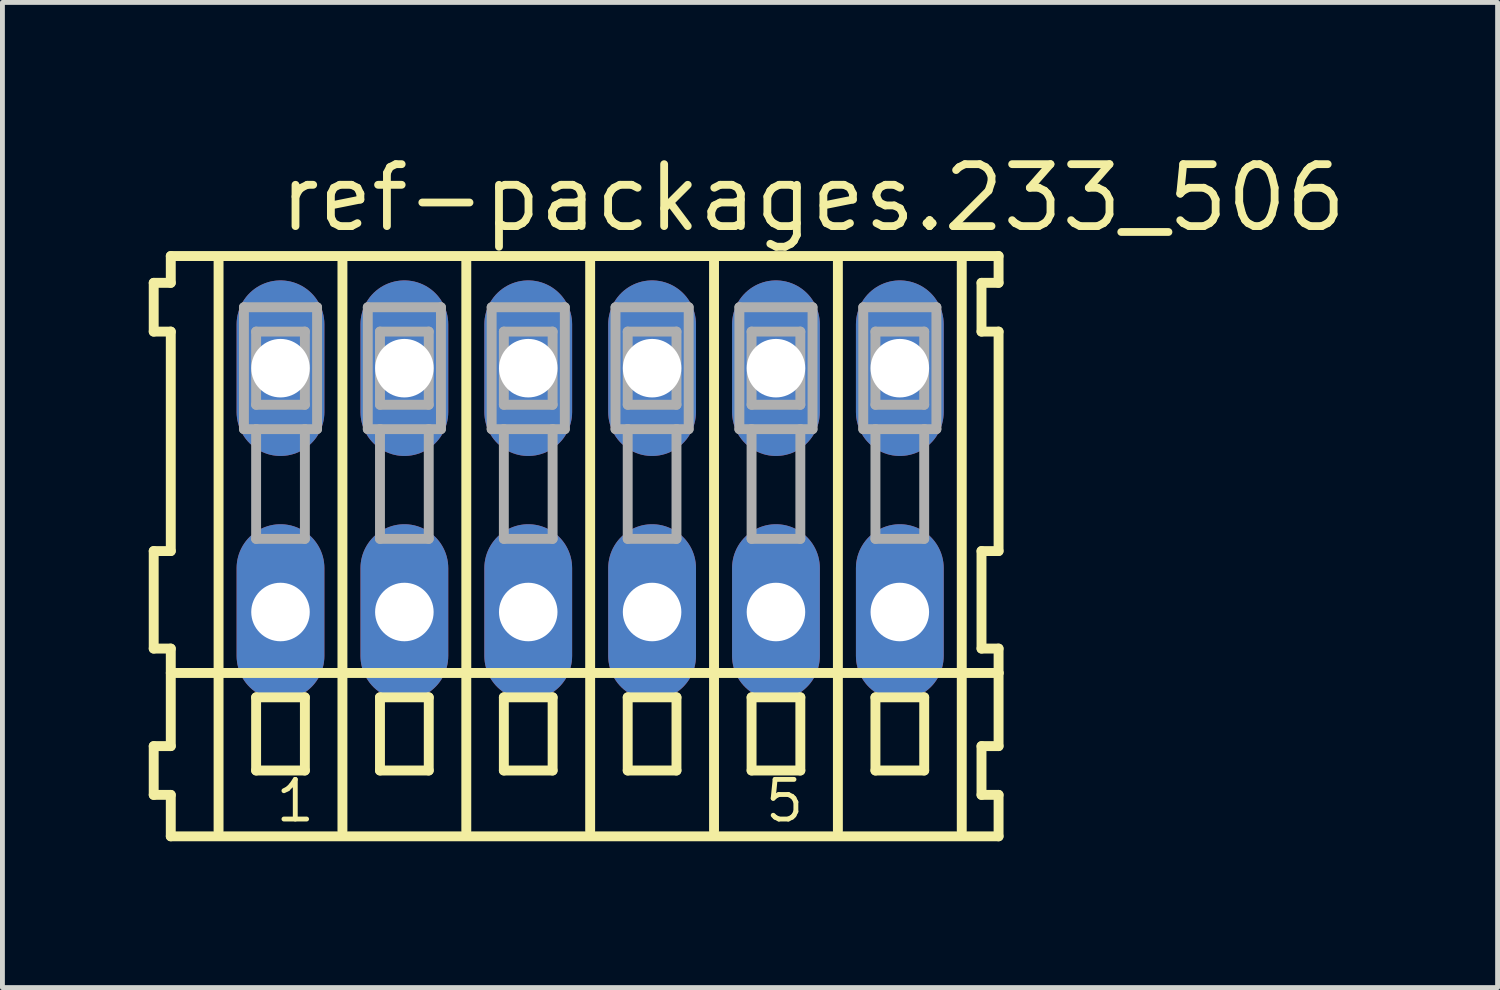
<source format=kicad_pcb>
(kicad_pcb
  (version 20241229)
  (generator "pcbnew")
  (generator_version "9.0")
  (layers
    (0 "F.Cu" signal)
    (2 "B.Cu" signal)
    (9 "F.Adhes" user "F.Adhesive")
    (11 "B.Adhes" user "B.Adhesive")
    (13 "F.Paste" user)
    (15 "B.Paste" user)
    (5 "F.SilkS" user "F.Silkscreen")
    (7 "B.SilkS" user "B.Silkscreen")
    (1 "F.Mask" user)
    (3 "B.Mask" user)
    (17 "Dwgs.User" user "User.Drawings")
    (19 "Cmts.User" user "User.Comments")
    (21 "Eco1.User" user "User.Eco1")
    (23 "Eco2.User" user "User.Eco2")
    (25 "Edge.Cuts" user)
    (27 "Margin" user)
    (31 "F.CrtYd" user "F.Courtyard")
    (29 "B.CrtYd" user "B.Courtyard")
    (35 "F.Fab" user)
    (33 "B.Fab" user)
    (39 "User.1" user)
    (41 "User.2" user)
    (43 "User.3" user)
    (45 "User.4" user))
  (footprint "ref-packages.233_506"
    (layer "F.Cu")
    (at 9.052 7)
    (property "Reference" "ref-packages.233_506" (at -6.45 -5.25 0) (layer "F.SilkS") (effects (font (size 1.27 1.27) (thickness 0.16)) (justify left bottom)))
    (attr through_hole)
    (fp_line (start -8.95 -4.25) (end -8.95 -3.25) (stroke (width 0.203) (type default)) (layer "F.SilkS"))
    (fp_line (start -8.95 -3.25) (end -8.6 -3.25) (stroke (width 0.203) (type default)) (layer "F.SilkS"))
    (fp_line (start -8.95 1.25) (end -8.95 3.25) (stroke (width 0.203) (type default)) (layer "F.SilkS"))
    (fp_line (start -8.95 3.25) (end -8.6 3.25) (stroke (width 0.203) (type default)) (layer "F.SilkS"))
    (fp_line (start -8.95 5.25) (end -8.95 6.25) (stroke (width 0.203) (type default)) (layer "F.SilkS"))
    (fp_line (start -8.95 6.25) (end -8.6 6.25) (stroke (width 0.203) (type default)) (layer "F.SilkS"))
    (fp_line (start -8.6 -4.8) (end -8.6 -4.25) (stroke (width 0.203) (type default)) (layer "F.SilkS"))
    (fp_line (start -8.6 -4.25) (end -8.95 -4.25) (stroke (width 0.203) (type default)) (layer "F.SilkS"))
    (fp_line (start -8.6 -3.25) (end -8.6 1.25) (stroke (width 0.203) (type default)) (layer "F.SilkS"))
    (fp_line (start -8.6 1.25) (end -8.95 1.25) (stroke (width 0.203) (type default)) (layer "F.SilkS"))
    (fp_line (start -8.6 3.25) (end -8.6 5.25) (stroke (width 0.203) (type default)) (layer "F.SilkS"))
    (fp_line (start -8.6 3.75) (end 8.375 3.75) (stroke (width 0.203) (type default)) (layer "F.SilkS"))
    (fp_line (start -8.6 5.25) (end -8.95 5.25) (stroke (width 0.203) (type default)) (layer "F.SilkS"))
    (fp_line (start -8.6 6.25) (end -8.6 7.1) (stroke (width 0.203) (type default)) (layer "F.SilkS"))
    (fp_line (start -8.6 7.1) (end 8.375 7.1) (stroke (width 0.203) (type default)) (layer "F.SilkS"))
    (fp_line (start -7.62 6.985) (end -7.62 -4.699) (stroke (width 0.203) (type default)) (layer "F.SilkS"))
    (fp_line (start -6.85 4.25) (end -6.85 5.75) (stroke (width 0.203) (type default)) (layer "F.SilkS"))
    (fp_line (start -6.85 5.75) (end -5.85 5.75) (stroke (width 0.203) (type default)) (layer "F.SilkS"))
    (fp_line (start -5.85 4.25) (end -6.85 4.25) (stroke (width 0.203) (type default)) (layer "F.SilkS"))
    (fp_line (start -5.85 5.75) (end -5.85 4.25) (stroke (width 0.203) (type default)) (layer "F.SilkS"))
    (fp_line (start -5.08 6.985) (end -5.08 -4.699) (stroke (width 0.203) (type default)) (layer "F.SilkS"))
    (fp_line (start -4.31 4.25) (end -4.31 5.75) (stroke (width 0.203) (type default)) (layer "F.SilkS"))
    (fp_line (start -4.31 5.75) (end -3.31 5.75) (stroke (width 0.203) (type default)) (layer "F.SilkS"))
    (fp_line (start -3.31 4.25) (end -4.31 4.25) (stroke (width 0.203) (type default)) (layer "F.SilkS"))
    (fp_line (start -3.31 5.75) (end -3.31 4.25) (stroke (width 0.203) (type default)) (layer "F.SilkS"))
    (fp_line (start -2.54 6.985) (end -2.54 -4.699) (stroke (width 0.203) (type default)) (layer "F.SilkS"))
    (fp_line (start -1.77 4.25) (end -1.77 5.75) (stroke (width 0.203) (type default)) (layer "F.SilkS"))
    (fp_line (start -1.77 5.75) (end -0.77 5.75) (stroke (width 0.203) (type default)) (layer "F.SilkS"))
    (fp_line (start -0.77 4.25) (end -1.77 4.25) (stroke (width 0.203) (type default)) (layer "F.SilkS"))
    (fp_line (start -0.77 5.75) (end -0.77 4.25) (stroke (width 0.203) (type default)) (layer "F.SilkS"))
    (fp_line (start 0 6.985) (end 0 -4.699) (stroke (width 0.203) (type default)) (layer "F.SilkS"))
    (fp_line (start 0.77 4.25) (end 0.77 5.75) (stroke (width 0.203) (type default)) (layer "F.SilkS"))
    (fp_line (start 0.77 5.75) (end 1.77 5.75) (stroke (width 0.203) (type default)) (layer "F.SilkS"))
    (fp_line (start 1.77 4.25) (end 0.77 4.25) (stroke (width 0.203) (type default)) (layer "F.SilkS"))
    (fp_line (start 1.77 5.75) (end 1.77 4.25) (stroke (width 0.203) (type default)) (layer "F.SilkS"))
    (fp_line (start 2.54 6.985) (end 2.54 -4.699) (stroke (width 0.203) (type default)) (layer "F.SilkS"))
    (fp_line (start 3.31 4.25) (end 3.31 5.75) (stroke (width 0.203) (type default)) (layer "F.SilkS"))
    (fp_line (start 3.31 5.75) (end 4.31 5.75) (stroke (width 0.203) (type default)) (layer "F.SilkS"))
    (fp_line (start 4.31 4.25) (end 3.31 4.25) (stroke (width 0.203) (type default)) (layer "F.SilkS"))
    (fp_line (start 4.31 5.75) (end 4.31 4.25) (stroke (width 0.203) (type default)) (layer "F.SilkS"))
    (fp_line (start 5.08 6.985) (end 5.08 -4.699) (stroke (width 0.203) (type default)) (layer "F.SilkS"))
    (fp_line (start 5.85 4.25) (end 5.85 5.75) (stroke (width 0.203) (type default)) (layer "F.SilkS"))
    (fp_line (start 5.85 5.75) (end 6.85 5.75) (stroke (width 0.203) (type default)) (layer "F.SilkS"))
    (fp_line (start 6.85 4.25) (end 5.85 4.25) (stroke (width 0.203) (type default)) (layer "F.SilkS"))
    (fp_line (start 6.85 5.75) (end 6.85 4.25) (stroke (width 0.203) (type default)) (layer "F.SilkS"))
    (fp_line (start 7.62 6.985) (end 7.62 -4.699) (stroke (width 0.203) (type default)) (layer "F.SilkS"))
    (fp_line (start 8.025 -4.25) (end 8.025 -3.25) (stroke (width 0.203) (type default)) (layer "F.SilkS"))
    (fp_line (start 8.025 -3.25) (end 8.375 -3.25) (stroke (width 0.203) (type default)) (layer "F.SilkS"))
    (fp_line (start 8.025 1.25) (end 8.025 3.25) (stroke (width 0.203) (type default)) (layer "F.SilkS"))
    (fp_line (start 8.025 3.25) (end 8.375 3.25) (stroke (width 0.203) (type default)) (layer "F.SilkS"))
    (fp_line (start 8.025 5.25) (end 8.025 6.25) (stroke (width 0.203) (type default)) (layer "F.SilkS"))
    (fp_line (start 8.025 6.25) (end 8.375 6.25) (stroke (width 0.203) (type default)) (layer "F.SilkS"))
    (fp_line (start 8.375 -4.8) (end -8.6 -4.8) (stroke (width 0.203) (type default)) (layer "F.SilkS"))
    (fp_line (start 8.375 -4.25) (end 8.025 -4.25) (stroke (width 0.203) (type default)) (layer "F.SilkS"))
    (fp_line (start 8.375 -4.25) (end 8.375 -4.8) (stroke (width 0.203) (type default)) (layer "F.SilkS"))
    (fp_line (start 8.375 1.25) (end 8.025 1.25) (stroke (width 0.203) (type default)) (layer "F.SilkS"))
    (fp_line (start 8.375 1.25) (end 8.375 -3.25) (stroke (width 0.203) (type default)) (layer "F.SilkS"))
    (fp_line (start 8.375 3.75) (end 8.375 3.25) (stroke (width 0.203) (type default)) (layer "F.SilkS"))
    (fp_line (start 8.375 5.25) (end 8.025 5.25) (stroke (width 0.203) (type default)) (layer "F.SilkS"))
    (fp_line (start 8.375 5.25) (end 8.375 3.75) (stroke (width 0.203) (type default)) (layer "F.SilkS"))
    (fp_line (start 8.375 7.1) (end 8.375 6.25) (stroke (width 0.203) (type default)) (layer "F.SilkS"))
    (fp_line (start -7.1 -3.75) (end -7.1 -1.25) (stroke (width 0.203) (type default)) (layer "F.Fab"))
    (fp_line (start -7.1 -1.25) (end -6.85 -1.25) (stroke (width 0.203) (type default)) (layer "F.Fab"))
    (fp_line (start -6.85 -3.25) (end -6.85 -1.75) (stroke (width 0.203) (type default)) (layer "F.Fab"))
    (fp_line (start -6.85 -1.75) (end -5.85 -1.75) (stroke (width 0.203) (type default)) (layer "F.Fab"))
    (fp_line (start -6.85 -1.25) (end -6.85 1) (stroke (width 0.203) (type default)) (layer "F.Fab"))
    (fp_line (start -6.85 -1.25) (end -5.85 -1.25) (stroke (width 0.203) (type default)) (layer "F.Fab"))
    (fp_line (start -6.85 1) (end -5.85 1) (stroke (width 0.203) (type default)) (layer "F.Fab"))
    (fp_line (start -5.85 -3.25) (end -6.85 -3.25) (stroke (width 0.203) (type default)) (layer "F.Fab"))
    (fp_line (start -5.85 -1.75) (end -5.85 -3.25) (stroke (width 0.203) (type default)) (layer "F.Fab"))
    (fp_line (start -5.85 -1.25) (end -5.6 -1.25) (stroke (width 0.203) (type default)) (layer "F.Fab"))
    (fp_line (start -5.85 1) (end -5.85 -1.25) (stroke (width 0.203) (type default)) (layer "F.Fab"))
    (fp_line (start -5.6 -3.75) (end -7.1 -3.75) (stroke (width 0.203) (type default)) (layer "F.Fab"))
    (fp_line (start -5.6 -1.25) (end -5.6 -3.75) (stroke (width 0.203) (type default)) (layer "F.Fab"))
    (fp_line (start -4.56 -3.75) (end -4.56 -1.25) (stroke (width 0.203) (type default)) (layer "F.Fab"))
    (fp_line (start -4.56 -1.25) (end -4.31 -1.25) (stroke (width 0.203) (type default)) (layer "F.Fab"))
    (fp_line (start -4.31 -3.25) (end -4.31 -1.75) (stroke (width 0.203) (type default)) (layer "F.Fab"))
    (fp_line (start -4.31 -1.75) (end -3.31 -1.75) (stroke (width 0.203) (type default)) (layer "F.Fab"))
    (fp_line (start -4.31 -1.25) (end -4.31 1) (stroke (width 0.203) (type default)) (layer "F.Fab"))
    (fp_line (start -4.31 -1.25) (end -3.31 -1.25) (stroke (width 0.203) (type default)) (layer "F.Fab"))
    (fp_line (start -4.31 1) (end -3.31 1) (stroke (width 0.203) (type default)) (layer "F.Fab"))
    (fp_line (start -3.31 -3.25) (end -4.31 -3.25) (stroke (width 0.203) (type default)) (layer "F.Fab"))
    (fp_line (start -3.31 -1.75) (end -3.31 -3.25) (stroke (width 0.203) (type default)) (layer "F.Fab"))
    (fp_line (start -3.31 -1.25) (end -3.06 -1.25) (stroke (width 0.203) (type default)) (layer "F.Fab"))
    (fp_line (start -3.31 1) (end -3.31 -1.25) (stroke (width 0.203) (type default)) (layer "F.Fab"))
    (fp_line (start -3.06 -3.75) (end -4.56 -3.75) (stroke (width 0.203) (type default)) (layer "F.Fab"))
    (fp_line (start -3.06 -1.25) (end -3.06 -3.75) (stroke (width 0.203) (type default)) (layer "F.Fab"))
    (fp_line (start -2.02 -3.75) (end -2.02 -1.25) (stroke (width 0.203) (type default)) (layer "F.Fab"))
    (fp_line (start -2.02 -1.25) (end -1.77 -1.25) (stroke (width 0.203) (type default)) (layer "F.Fab"))
    (fp_line (start -1.77 -3.25) (end -1.77 -1.75) (stroke (width 0.203) (type default)) (layer "F.Fab"))
    (fp_line (start -1.77 -1.75) (end -0.77 -1.75) (stroke (width 0.203) (type default)) (layer "F.Fab"))
    (fp_line (start -1.77 -1.25) (end -1.77 1) (stroke (width 0.203) (type default)) (layer "F.Fab"))
    (fp_line (start -1.77 -1.25) (end -0.77 -1.25) (stroke (width 0.203) (type default)) (layer "F.Fab"))
    (fp_line (start -1.77 1) (end -0.77 1) (stroke (width 0.203) (type default)) (layer "F.Fab"))
    (fp_line (start -0.77 -3.25) (end -1.77 -3.25) (stroke (width 0.203) (type default)) (layer "F.Fab"))
    (fp_line (start -0.77 -1.75) (end -0.77 -3.25) (stroke (width 0.203) (type default)) (layer "F.Fab"))
    (fp_line (start -0.77 -1.25) (end -0.52 -1.25) (stroke (width 0.203) (type default)) (layer "F.Fab"))
    (fp_line (start -0.77 1) (end -0.77 -1.25) (stroke (width 0.203) (type default)) (layer "F.Fab"))
    (fp_line (start -0.52 -3.75) (end -2.02 -3.75) (stroke (width 0.203) (type default)) (layer "F.Fab"))
    (fp_line (start -0.52 -1.25) (end -0.52 -3.75) (stroke (width 0.203) (type default)) (layer "F.Fab"))
    (fp_line (start 0.52 -3.75) (end 0.52 -1.25) (stroke (width 0.203) (type default)) (layer "F.Fab"))
    (fp_line (start 0.52 -1.25) (end 0.77 -1.25) (stroke (width 0.203) (type default)) (layer "F.Fab"))
    (fp_line (start 0.77 -3.25) (end 0.77 -1.75) (stroke (width 0.203) (type default)) (layer "F.Fab"))
    (fp_line (start 0.77 -1.75) (end 1.77 -1.75) (stroke (width 0.203) (type default)) (layer "F.Fab"))
    (fp_line (start 0.77 -1.25) (end 0.77 1) (stroke (width 0.203) (type default)) (layer "F.Fab"))
    (fp_line (start 0.77 -1.25) (end 1.77 -1.25) (stroke (width 0.203) (type default)) (layer "F.Fab"))
    (fp_line (start 0.77 1) (end 1.77 1) (stroke (width 0.203) (type default)) (layer "F.Fab"))
    (fp_line (start 1.77 -3.25) (end 0.77 -3.25) (stroke (width 0.203) (type default)) (layer "F.Fab"))
    (fp_line (start 1.77 -1.75) (end 1.77 -3.25) (stroke (width 0.203) (type default)) (layer "F.Fab"))
    (fp_line (start 1.77 -1.25) (end 2.02 -1.25) (stroke (width 0.203) (type default)) (layer "F.Fab"))
    (fp_line (start 1.77 1) (end 1.77 -1.25) (stroke (width 0.203) (type default)) (layer "F.Fab"))
    (fp_line (start 2.02 -3.75) (end 0.52 -3.75) (stroke (width 0.203) (type default)) (layer "F.Fab"))
    (fp_line (start 2.02 -1.25) (end 2.02 -3.75) (stroke (width 0.203) (type default)) (layer "F.Fab"))
    (fp_line (start 3.06 -3.75) (end 3.06 -1.25) (stroke (width 0.203) (type default)) (layer "F.Fab"))
    (fp_line (start 3.06 -1.25) (end 3.31 -1.25) (stroke (width 0.203) (type default)) (layer "F.Fab"))
    (fp_line (start 3.31 -3.25) (end 3.31 -1.75) (stroke (width 0.203) (type default)) (layer "F.Fab"))
    (fp_line (start 3.31 -1.75) (end 4.31 -1.75) (stroke (width 0.203) (type default)) (layer "F.Fab"))
    (fp_line (start 3.31 -1.25) (end 3.31 1) (stroke (width 0.203) (type default)) (layer "F.Fab"))
    (fp_line (start 3.31 -1.25) (end 4.31 -1.25) (stroke (width 0.203) (type default)) (layer "F.Fab"))
    (fp_line (start 3.31 1) (end 4.31 1) (stroke (width 0.203) (type default)) (layer "F.Fab"))
    (fp_line (start 4.31 -3.25) (end 3.31 -3.25) (stroke (width 0.203) (type default)) (layer "F.Fab"))
    (fp_line (start 4.31 -1.75) (end 4.31 -3.25) (stroke (width 0.203) (type default)) (layer "F.Fab"))
    (fp_line (start 4.31 -1.25) (end 4.56 -1.25) (stroke (width 0.203) (type default)) (layer "F.Fab"))
    (fp_line (start 4.31 1) (end 4.31 -1.25) (stroke (width 0.203) (type default)) (layer "F.Fab"))
    (fp_line (start 4.56 -3.75) (end 3.06 -3.75) (stroke (width 0.203) (type default)) (layer "F.Fab"))
    (fp_line (start 4.56 -1.25) (end 4.56 -3.75) (stroke (width 0.203) (type default)) (layer "F.Fab"))
    (fp_line (start 5.6 -3.75) (end 5.6 -1.25) (stroke (width 0.203) (type default)) (layer "F.Fab"))
    (fp_line (start 5.6 -1.25) (end 5.85 -1.25) (stroke (width 0.203) (type default)) (layer "F.Fab"))
    (fp_line (start 5.85 -3.25) (end 5.85 -1.75) (stroke (width 0.203) (type default)) (layer "F.Fab"))
    (fp_line (start 5.85 -1.75) (end 6.85 -1.75) (stroke (width 0.203) (type default)) (layer "F.Fab"))
    (fp_line (start 5.85 -1.25) (end 5.85 1) (stroke (width 0.203) (type default)) (layer "F.Fab"))
    (fp_line (start 5.85 -1.25) (end 6.85 -1.25) (stroke (width 0.203) (type default)) (layer "F.Fab"))
    (fp_line (start 5.85 1) (end 6.85 1) (stroke (width 0.203) (type default)) (layer "F.Fab"))
    (fp_line (start 6.85 -3.25) (end 5.85 -3.25) (stroke (width 0.203) (type default)) (layer "F.Fab"))
    (fp_line (start 6.85 -1.75) (end 6.85 -3.25) (stroke (width 0.203) (type default)) (layer "F.Fab"))
    (fp_line (start 6.85 -1.25) (end 7.1 -1.25) (stroke (width 0.203) (type default)) (layer "F.Fab"))
    (fp_line (start 6.85 1) (end 6.85 -1.25) (stroke (width 0.203) (type default)) (layer "F.Fab"))
    (fp_line (start 7.1 -3.75) (end 5.6 -3.75) (stroke (width 0.203) (type default)) (layer "F.Fab"))
    (fp_line (start 7.1 -1.25) (end 7.1 -3.75) (stroke (width 0.203) (type default)) (layer "F.Fab"))
    (fp_text user "5" (at 3.533 6.85 0) (layer "F.SilkS") (effects (font (size 0.813 0.813) (thickness 0.1)) (justify left bottom)))
    (fp_text user "1" (at -6.5 6.85 0) (layer "F.SilkS") (effects (font (size 0.813 0.813) (thickness 0.1)) (justify left bottom)))
    (pad "A1" thru_hole oval (at -6.35 -2.5 90) (size 3.6 1.8) (drill 1.2) (layers "*.Cu" "*.Mask"))
    (pad "A2" thru_hole oval (at -3.81 -2.5 90) (size 3.6 1.8) (drill 1.2) (layers "*.Cu" "*.Mask"))
    (pad "A3" thru_hole oval (at -1.27 -2.5 90) (size 3.6 1.8) (drill 1.2) (layers "*.Cu" "*.Mask"))
    (pad "A4" thru_hole oval (at 1.27 -2.5 90) (size 3.6 1.8) (drill 1.2) (layers "*.Cu" "*.Mask"))
    (pad "A5" thru_hole oval (at 3.81 -2.5 90) (size 3.6 1.8) (drill 1.2) (layers "*.Cu" "*.Mask"))
    (pad "A6" thru_hole oval (at 6.35 -2.5 90) (size 3.6 1.8) (drill 1.2) (layers "*.Cu" "*.Mask"))
    (pad "B1" thru_hole oval (at -6.35 2.5 90) (size 3.6 1.8) (drill 1.2) (layers "*.Cu" "*.Mask"))
    (pad "B2" thru_hole oval (at -3.81 2.5 90) (size 3.6 1.8) (drill 1.2) (layers "*.Cu" "*.Mask"))
    (pad "B3" thru_hole oval (at -1.27 2.5 90) (size 3.6 1.8) (drill 1.2) (layers "*.Cu" "*.Mask"))
    (pad "B4" thru_hole oval (at 1.27 2.5 90) (size 3.6 1.8) (drill 1.2) (layers "*.Cu" "*.Mask"))
    (pad "B5" thru_hole oval (at 3.81 2.5 90) (size 3.6 1.8) (drill 1.2) (layers "*.Cu" "*.Mask"))
    (pad "B6" thru_hole oval (at 6.35 2.5 90) (size 3.6 1.8) (drill 1.2) (layers "*.Cu" "*.Mask")))
  (gr_rect
    (start -3 -3)
    (end 27.66 17.202)
    (stroke (width 0.1) (type default))
    (fill no)
    (layer "Edge.Cuts")))
</source>
